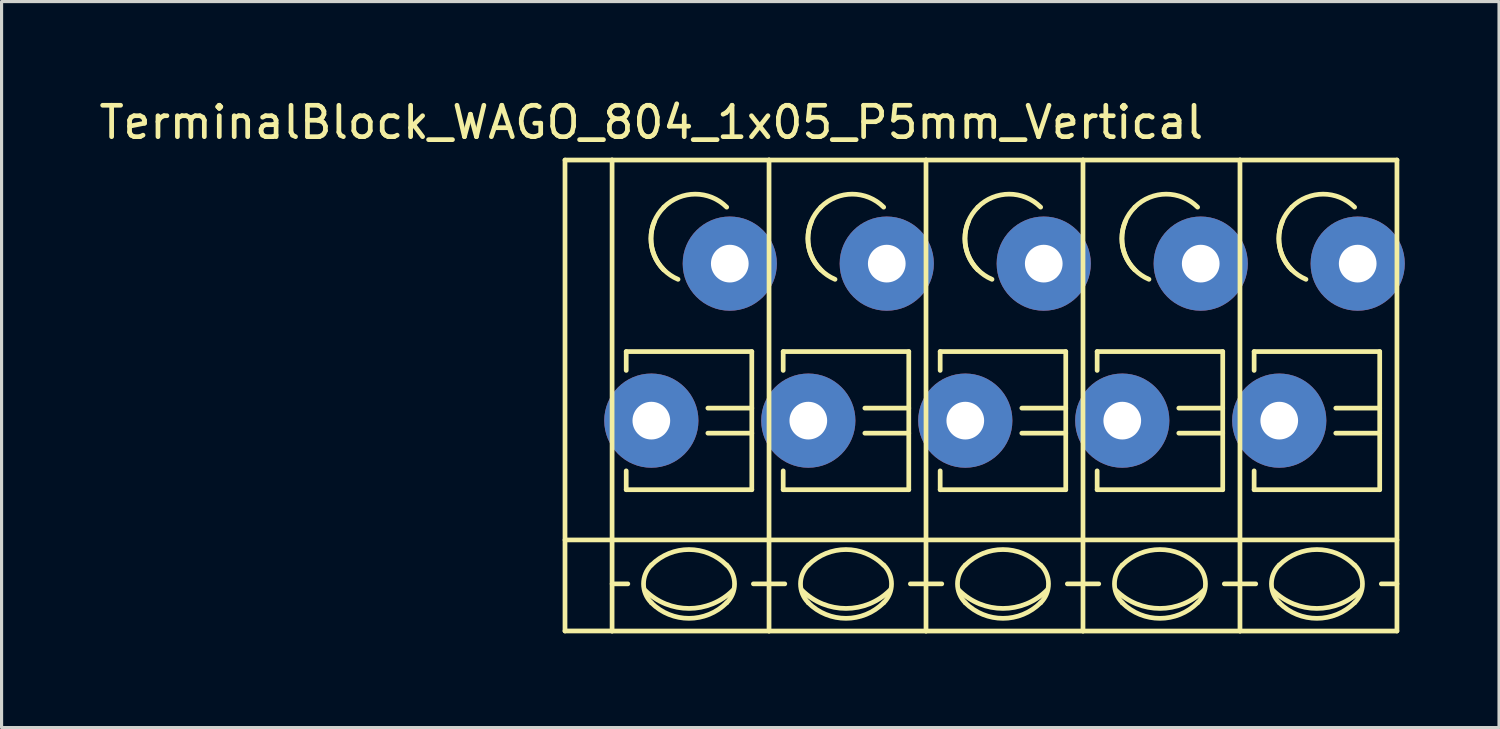
<source format=kicad_pcb>
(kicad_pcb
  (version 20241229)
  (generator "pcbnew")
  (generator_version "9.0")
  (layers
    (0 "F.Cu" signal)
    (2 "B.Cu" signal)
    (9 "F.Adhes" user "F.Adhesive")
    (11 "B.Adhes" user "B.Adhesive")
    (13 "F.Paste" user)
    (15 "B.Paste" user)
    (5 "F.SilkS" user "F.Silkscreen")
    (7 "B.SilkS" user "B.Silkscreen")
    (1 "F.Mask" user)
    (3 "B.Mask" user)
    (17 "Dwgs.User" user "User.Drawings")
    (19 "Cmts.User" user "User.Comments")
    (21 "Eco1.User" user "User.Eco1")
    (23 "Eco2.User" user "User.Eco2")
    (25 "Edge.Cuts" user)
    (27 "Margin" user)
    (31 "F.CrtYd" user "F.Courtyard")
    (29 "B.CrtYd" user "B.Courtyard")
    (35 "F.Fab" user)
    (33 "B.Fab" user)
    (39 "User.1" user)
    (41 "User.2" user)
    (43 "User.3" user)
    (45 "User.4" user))
  (footprint "TerminalBlock_WAGO_804_1x05_P5mm_Vertical"
    (layer "F.Cu")
    (at 17.696 10.348)
    (property "Reference" "TerminalBlock_WAGO_804_1x05_P5mm_Vertical" (at 0 -9.5 0) (layer "F.SilkS") (effects (font (size 1 1) (thickness 0.15))))
    (attr through_hole)
    (fp_line (start -2.75 -8.3) (end -1.25 -8.3) (stroke (width 0.15) (type solid)) (layer "F.SilkS"))
    (fp_line (start -2.75 6.7) (end -2.75 -8.3) (stroke (width 0.15) (type solid)) (layer "F.SilkS"))
    (fp_line (start -1.25 6.7) (end -2.75 6.7) (stroke (width 0.15) (type solid)) (layer "F.SilkS"))
    (fp_line (start -1.25 5.199) (end -0.749 5.199) (stroke (width 0.15) (type solid)) (layer "F.SilkS"))
    (fp_line (start -1.25 6.701) (end -1.25 -8.301) (stroke (width 0.15) (type solid)) (layer "F.SilkS"))
    (fp_line (start -0.8 -2.2) (end -0.8 -1.6) (stroke (width 0.15) (type solid)) (layer "F.SilkS"))
    (fp_line (start -0.8 -2.2) (end 3.2 -2.2) (stroke (width 0.15) (type solid)) (layer "F.SilkS"))
    (fp_line (start -0.8 2.2) (end -0.8 1.6) (stroke (width 0.15) (type solid)) (layer "F.SilkS"))
    (fp_line (start 3.2 -2.2) (end 3.2 2.2) (stroke (width 0.15) (type solid)) (layer "F.SilkS"))
    (fp_line (start 3.2 -0.399) (end 1.801 -0.399) (stroke (width 0.15) (type solid)) (layer "F.SilkS"))
    (fp_line (start 3.2 0.399) (end 1.801 0.399) (stroke (width 0.15) (type solid)) (layer "F.SilkS"))
    (fp_line (start 3.2 2.2) (end -0.8 2.2) (stroke (width 0.15) (type solid)) (layer "F.SilkS"))
    (fp_line (start 3.749 -8.301) (end -1.25 -8.301) (stroke (width 0.15) (type solid)) (layer "F.SilkS"))
    (fp_line (start 3.749 -8.301) (end 3.749 6.701) (stroke (width 0.15) (type solid)) (layer "F.SilkS"))
    (fp_line (start 3.749 5.199) (end 3.251 5.199) (stroke (width 0.15) (type solid)) (layer "F.SilkS"))
    (fp_line (start 3.749 6.701) (end -1.25 6.701) (stroke (width 0.15) (type solid)) (layer "F.SilkS"))
    (fp_line (start 3.75 3.8) (end -2.75 3.8) (stroke (width 0.15) (type solid)) (layer "F.SilkS"))
    (fp_line (start 3.75 3.8) (end 8.75 3.8) (stroke (width 0.15) (type solid)) (layer "F.SilkS"))
    (fp_line (start 3.75 5.199) (end 4.251 5.199) (stroke (width 0.15) (type solid)) (layer "F.SilkS"))
    (fp_line (start 4.2 -2.2) (end 4.2 -1.6) (stroke (width 0.15) (type solid)) (layer "F.SilkS"))
    (fp_line (start 4.2 -2.2) (end 8.2 -2.2) (stroke (width 0.15) (type solid)) (layer "F.SilkS"))
    (fp_line (start 4.2 2.2) (end 4.2 1.6) (stroke (width 0.15) (type solid)) (layer "F.SilkS"))
    (fp_line (start 8.2 -2.2) (end 8.2 2.2) (stroke (width 0.15) (type solid)) (layer "F.SilkS"))
    (fp_line (start 8.2 -0.399) (end 6.801 -0.399) (stroke (width 0.15) (type solid)) (layer "F.SilkS"))
    (fp_line (start 8.2 0.399) (end 6.801 0.399) (stroke (width 0.15) (type solid)) (layer "F.SilkS"))
    (fp_line (start 8.2 2.2) (end 4.2 2.2) (stroke (width 0.15) (type solid)) (layer "F.SilkS"))
    (fp_line (start 8.749 -8.301) (end 3.75 -8.301) (stroke (width 0.15) (type solid)) (layer "F.SilkS"))
    (fp_line (start 8.749 -8.301) (end 8.749 6.701) (stroke (width 0.15) (type solid)) (layer "F.SilkS"))
    (fp_line (start 8.749 5.199) (end 8.251 5.199) (stroke (width 0.15) (type solid)) (layer "F.SilkS"))
    (fp_line (start 8.749 6.701) (end 3.75 6.701) (stroke (width 0.15) (type solid)) (layer "F.SilkS"))
    (fp_line (start 8.75 3.8) (end 13.75 3.8) (stroke (width 0.15) (type solid)) (layer "F.SilkS"))
    (fp_line (start 8.75 5.199) (end 9.251 5.199) (stroke (width 0.15) (type solid)) (layer "F.SilkS"))
    (fp_line (start 9.2 -2.2) (end 9.2 -1.6) (stroke (width 0.15) (type solid)) (layer "F.SilkS"))
    (fp_line (start 9.2 -2.2) (end 13.2 -2.2) (stroke (width 0.15) (type solid)) (layer "F.SilkS"))
    (fp_line (start 9.2 2.2) (end 9.2 1.6) (stroke (width 0.15) (type solid)) (layer "F.SilkS"))
    (fp_line (start 13.2 -2.2) (end 13.2 2.2) (stroke (width 0.15) (type solid)) (layer "F.SilkS"))
    (fp_line (start 13.2 -0.399) (end 11.801 -0.399) (stroke (width 0.15) (type solid)) (layer "F.SilkS"))
    (fp_line (start 13.2 0.399) (end 11.801 0.399) (stroke (width 0.15) (type solid)) (layer "F.SilkS"))
    (fp_line (start 13.2 2.2) (end 9.2 2.2) (stroke (width 0.15) (type solid)) (layer "F.SilkS"))
    (fp_line (start 13.749 -8.301) (end 8.75 -8.301) (stroke (width 0.15) (type solid)) (layer "F.SilkS"))
    (fp_line (start 13.749 -8.301) (end 13.749 6.701) (stroke (width 0.15) (type solid)) (layer "F.SilkS"))
    (fp_line (start 13.749 5.199) (end 13.251 5.199) (stroke (width 0.15) (type solid)) (layer "F.SilkS"))
    (fp_line (start 13.749 6.701) (end 8.75 6.701) (stroke (width 0.15) (type solid)) (layer "F.SilkS"))
    (fp_line (start 13.75 3.8) (end 18.75 3.8) (stroke (width 0.15) (type solid)) (layer "F.SilkS"))
    (fp_line (start 13.75 5.199) (end 14.251 5.199) (stroke (width 0.15) (type solid)) (layer "F.SilkS"))
    (fp_line (start 14.2 -2.2) (end 14.2 -1.6) (stroke (width 0.15) (type solid)) (layer "F.SilkS"))
    (fp_line (start 14.2 -2.2) (end 18.2 -2.2) (stroke (width 0.15) (type solid)) (layer "F.SilkS"))
    (fp_line (start 14.2 2.2) (end 14.2 1.6) (stroke (width 0.15) (type solid)) (layer "F.SilkS"))
    (fp_line (start 18.2 -2.2) (end 18.2 2.2) (stroke (width 0.15) (type solid)) (layer "F.SilkS"))
    (fp_line (start 18.2 -0.399) (end 16.801 -0.399) (stroke (width 0.15) (type solid)) (layer "F.SilkS"))
    (fp_line (start 18.2 0.399) (end 16.801 0.399) (stroke (width 0.15) (type solid)) (layer "F.SilkS"))
    (fp_line (start 18.2 2.2) (end 14.2 2.2) (stroke (width 0.15) (type solid)) (layer "F.SilkS"))
    (fp_line (start 18.749 -8.301) (end 13.75 -8.301) (stroke (width 0.15) (type solid)) (layer "F.SilkS"))
    (fp_line (start 18.749 -8.301) (end 18.749 6.701) (stroke (width 0.15) (type solid)) (layer "F.SilkS"))
    (fp_line (start 18.749 5.199) (end 18.251 5.199) (stroke (width 0.15) (type solid)) (layer "F.SilkS"))
    (fp_line (start 18.749 6.701) (end 13.75 6.701) (stroke (width 0.15) (type solid)) (layer "F.SilkS"))
    (fp_line (start 18.75 3.8) (end 23.75 3.8) (stroke (width 0.15) (type solid)) (layer "F.SilkS"))
    (fp_line (start 18.75 5.199) (end 19.251 5.199) (stroke (width 0.15) (type solid)) (layer "F.SilkS"))
    (fp_line (start 19.2 -2.2) (end 19.2 -1.6) (stroke (width 0.15) (type solid)) (layer "F.SilkS"))
    (fp_line (start 19.2 -2.2) (end 23.2 -2.2) (stroke (width 0.15) (type solid)) (layer "F.SilkS"))
    (fp_line (start 19.2 2.2) (end 19.2 1.6) (stroke (width 0.15) (type solid)) (layer "F.SilkS"))
    (fp_line (start 23.2 -2.2) (end 23.2 2.2) (stroke (width 0.15) (type solid)) (layer "F.SilkS"))
    (fp_line (start 23.2 -0.399) (end 21.801 -0.399) (stroke (width 0.15) (type solid)) (layer "F.SilkS"))
    (fp_line (start 23.2 0.399) (end 21.801 0.399) (stroke (width 0.15) (type solid)) (layer "F.SilkS"))
    (fp_line (start 23.2 2.2) (end 19.2 2.2) (stroke (width 0.15) (type solid)) (layer "F.SilkS"))
    (fp_line (start 23.749 -8.301) (end 18.75 -8.301) (stroke (width 0.15) (type solid)) (layer "F.SilkS"))
    (fp_line (start 23.749 -8.301) (end 23.749 6.701) (stroke (width 0.15) (type solid)) (layer "F.SilkS"))
    (fp_line (start 23.749 5.199) (end 23.251 5.199) (stroke (width 0.15) (type solid)) (layer "F.SilkS"))
    (fp_line (start 23.749 6.701) (end 18.75 6.701) (stroke (width 0.15) (type solid)) (layer "F.SilkS"))
    (fp_arc (start 0 4.60248) (mid 1.19888 4.105888) (end 2.39776 4.60248) (stroke (width 0.15) (type solid)) (layer "F.SilkS"))
    (fp_arc (start 0 5.79882) (mid -0.248296 5.19938) (end 0 4.59994) (stroke (width 0.15) (type solid)) (layer "F.SilkS"))
    (fp_arc (start 0.39878 -6.79958) (mid 1.39954 -7.214108) (end 2.4003 -6.79958) (stroke (width 0.15) (type solid)) (layer "F.SilkS"))
    (fp_arc (start 0.39878 -4.8006) (mid -0.013952 -5.800616) (end 0.40132 -6.79958) (stroke (width 0.15) (type solid)) (layer "F.SilkS"))
    (fp_arc (start 0.8509 -4.50088) (mid 0.093811 -5.268985) (end 0.1016 -6.34746) (stroke (width 0.15) (type solid)) (layer "F.SilkS"))
    (fp_arc (start 2.4003 5.79882) (mid 1.200676 6.297208) (end 0 5.80136) (stroke (width 0.15) (type solid)) (layer "F.SilkS"))
    (fp_arc (start 2.40284 4.59994) (mid 2.650392 5.201176) (end 2.4003 5.80136) (stroke (width 0.15) (type solid)) (layer "F.SilkS"))
    (fp_arc (start 2.60096 5.40004) (mid 1.200676 5.981545) (end -0.20066 5.40258) (stroke (width 0.15) (type solid)) (layer "F.SilkS"))
    (fp_arc (start 5 4.60248) (mid 6.19888 4.105888) (end 7.39776 4.60248) (stroke (width 0.15) (type solid)) (layer "F.SilkS"))
    (fp_arc (start 5 5.79882) (mid 4.751704 5.19938) (end 5 4.59994) (stroke (width 0.15) (type solid)) (layer "F.SilkS"))
    (fp_arc (start 5.39878 -6.79958) (mid 6.39954 -7.214108) (end 7.4003 -6.79958) (stroke (width 0.15) (type solid)) (layer "F.SilkS"))
    (fp_arc (start 5.39878 -4.8006) (mid 4.986048 -5.800616) (end 5.40132 -6.79958) (stroke (width 0.15) (type solid)) (layer "F.SilkS"))
    (fp_arc (start 5.8509 -4.50088) (mid 5.093811 -5.268985) (end 5.1016 -6.34746) (stroke (width 0.15) (type solid)) (layer "F.SilkS"))
    (fp_arc (start 7.4003 5.79882) (mid 6.200676 6.297208) (end 5 5.80136) (stroke (width 0.15) (type solid)) (layer "F.SilkS"))
    (fp_arc (start 7.40284 4.59994) (mid 7.650392 5.201176) (end 7.4003 5.80136) (stroke (width 0.15) (type solid)) (layer "F.SilkS"))
    (fp_arc (start 7.60096 5.40004) (mid 6.200676 5.981545) (end 4.79934 5.40258) (stroke (width 0.15) (type solid)) (layer "F.SilkS"))
    (fp_arc (start 10 4.60248) (mid 11.19888 4.105888) (end 12.39776 4.60248) (stroke (width 0.15) (type solid)) (layer "F.SilkS"))
    (fp_arc (start 10 5.79882) (mid 9.751704 5.19938) (end 10 4.59994) (stroke (width 0.15) (type solid)) (layer "F.SilkS"))
    (fp_arc (start 10.39878 -6.79958) (mid 11.39954 -7.214108) (end 12.4003 -6.79958) (stroke (width 0.15) (type solid)) (layer "F.SilkS"))
    (fp_arc (start 10.39878 -4.8006) (mid 9.986048 -5.800616) (end 10.40132 -6.79958) (stroke (width 0.15) (type solid)) (layer "F.SilkS"))
    (fp_arc (start 10.8509 -4.50088) (mid 10.093811 -5.268985) (end 10.1016 -6.34746) (stroke (width 0.15) (type solid)) (layer "F.SilkS"))
    (fp_arc (start 12.4003 5.79882) (mid 11.200676 6.297208) (end 10 5.80136) (stroke (width 0.15) (type solid)) (layer "F.SilkS"))
    (fp_arc (start 12.40284 4.59994) (mid 12.650392 5.201176) (end 12.4003 5.80136) (stroke (width 0.15) (type solid)) (layer "F.SilkS"))
    (fp_arc (start 12.60096 5.40004) (mid 11.200676 5.981545) (end 9.79934 5.40258) (stroke (width 0.15) (type solid)) (layer "F.SilkS"))
    (fp_arc (start 15 4.60248) (mid 16.19888 4.105888) (end 17.39776 4.60248) (stroke (width 0.15) (type solid)) (layer "F.SilkS"))
    (fp_arc (start 15 5.79882) (mid 14.751704 5.19938) (end 15 4.59994) (stroke (width 0.15) (type solid)) (layer "F.SilkS"))
    (fp_arc (start 15.39878 -6.79958) (mid 16.39954 -7.214108) (end 17.4003 -6.79958) (stroke (width 0.15) (type solid)) (layer "F.SilkS"))
    (fp_arc (start 15.39878 -4.8006) (mid 14.986048 -5.800616) (end 15.40132 -6.79958) (stroke (width 0.15) (type solid)) (layer "F.SilkS"))
    (fp_arc (start 15.8509 -4.50088) (mid 15.093811 -5.268985) (end 15.1016 -6.34746) (stroke (width 0.15) (type solid)) (layer "F.SilkS"))
    (fp_arc (start 17.4003 5.79882) (mid 16.200676 6.297208) (end 15 5.80136) (stroke (width 0.15) (type solid)) (layer "F.SilkS"))
    (fp_arc (start 17.40284 4.59994) (mid 17.650392 5.201176) (end 17.4003 5.80136) (stroke (width 0.15) (type solid)) (layer "F.SilkS"))
    (fp_arc (start 17.60096 5.40004) (mid 16.200676 5.981545) (end 14.79934 5.40258) (stroke (width 0.15) (type solid)) (layer "F.SilkS"))
    (fp_arc (start 20 4.60248) (mid 21.19888 4.105888) (end 22.39776 4.60248) (stroke (width 0.15) (type solid)) (layer "F.SilkS"))
    (fp_arc (start 20 5.79882) (mid 19.751704 5.19938) (end 20 4.59994) (stroke (width 0.15) (type solid)) (layer "F.SilkS"))
    (fp_arc (start 20.39878 -6.79958) (mid 21.39954 -7.214108) (end 22.4003 -6.79958) (stroke (width 0.15) (type solid)) (layer "F.SilkS"))
    (fp_arc (start 20.39878 -4.8006) (mid 19.986048 -5.800616) (end 20.40132 -6.79958) (stroke (width 0.15) (type solid)) (layer "F.SilkS"))
    (fp_arc (start 20.8509 -4.50088) (mid 20.093811 -5.268985) (end 20.1016 -6.34746) (stroke (width 0.15) (type solid)) (layer "F.SilkS"))
    (fp_arc (start 22.4003 5.79882) (mid 21.200676 6.297208) (end 20 5.80136) (stroke (width 0.15) (type solid)) (layer "F.SilkS"))
    (fp_arc (start 22.40284 4.59994) (mid 22.650392 5.201176) (end 22.4003 5.80136) (stroke (width 0.15) (type solid)) (layer "F.SilkS"))
    (fp_arc (start 22.60096 5.40004) (mid 21.200676 5.981545) (end 19.79934 5.40258) (stroke (width 0.15) (type solid)) (layer "F.SilkS"))
    (pad "1" thru_hole circle (at 0 0) (size 3 3) (drill 1.2) (layers "*.Cu" "*.Mask"))
    (pad "1" thru_hole circle (at 2.499 -5.001) (size 3 3) (drill 1.2) (layers "*.Cu" "*.Mask"))
    (pad "2" thru_hole circle (at 5 0) (size 3 3) (drill 1.2) (layers "*.Cu" "*.Mask"))
    (pad "2" thru_hole circle (at 7.499 -5.001) (size 3 3) (drill 1.2) (layers "*.Cu" "*.Mask"))
    (pad "3" thru_hole circle (at 10 0) (size 3 3) (drill 1.2) (layers "*.Cu" "*.Mask"))
    (pad "3" thru_hole circle (at 12.499 -5.001) (size 3 3) (drill 1.2) (layers "*.Cu" "*.Mask"))
    (pad "4" thru_hole circle (at 15 0) (size 3 3) (drill 1.2) (layers "*.Cu" "*.Mask"))
    (pad "4" thru_hole circle (at 17.499 -5.001) (size 3 3) (drill 1.2) (layers "*.Cu" "*.Mask"))
    (pad "5" thru_hole circle (at 20 0) (size 3 3) (drill 1.2) (layers "*.Cu" "*.Mask"))
    (pad "5" thru_hole circle (at 22.499 -5.001) (size 3 3) (drill 1.2) (layers "*.Cu" "*.Mask")))
  (gr_rect
    (start -3 -3)
    (end 44.696 20.124)
    (stroke (width 0.1) (type default))
    (fill no)
    (layer "Edge.Cuts")))
</source>
